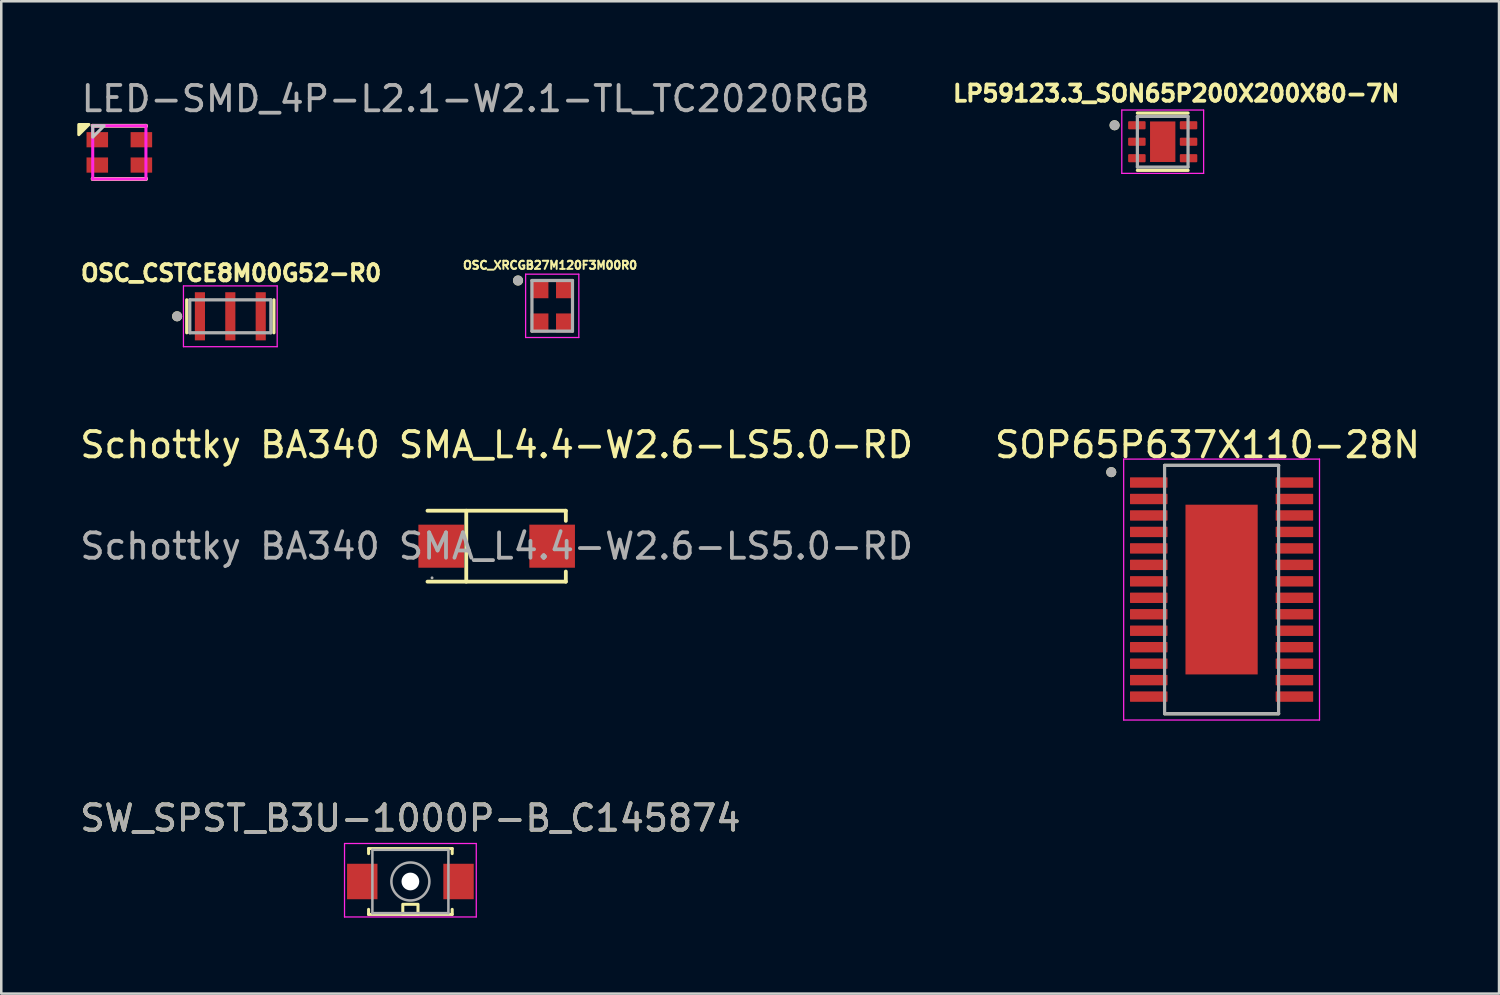
<source format=kicad_pcb>
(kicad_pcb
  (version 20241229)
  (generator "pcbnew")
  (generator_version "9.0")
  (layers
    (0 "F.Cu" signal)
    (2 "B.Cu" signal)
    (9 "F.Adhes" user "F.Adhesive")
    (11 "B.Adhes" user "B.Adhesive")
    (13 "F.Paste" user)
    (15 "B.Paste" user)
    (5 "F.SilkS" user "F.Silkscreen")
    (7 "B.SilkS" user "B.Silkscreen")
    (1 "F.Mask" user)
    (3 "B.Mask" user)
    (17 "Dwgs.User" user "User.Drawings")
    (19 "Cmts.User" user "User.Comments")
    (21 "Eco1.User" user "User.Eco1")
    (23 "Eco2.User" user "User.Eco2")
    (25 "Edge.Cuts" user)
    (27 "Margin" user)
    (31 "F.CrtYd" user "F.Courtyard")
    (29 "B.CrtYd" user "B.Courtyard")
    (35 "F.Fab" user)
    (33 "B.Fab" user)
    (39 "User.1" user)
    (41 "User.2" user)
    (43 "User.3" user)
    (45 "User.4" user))
  (footprint "OSC_CSTCE8M00G52-R0"
    (layer "F.Cu")
    (at 6.041 9.435)
    (property "Reference" "OSC_CSTCE8M00G52-R0" (at 0.032 -1.706 0) (layer "F.SilkS") (effects (font (size 0.64 0.64) (thickness 0.15))))
    (attr through_hole)
    (fp_line (start -1.72 0.65) (end -1.72 -0.65) (stroke (width 0.127) (type solid)) (layer "F.SilkS"))
    (fp_line (start 1.72 0.65) (end 1.72 -0.65) (stroke (width 0.127) (type solid)) (layer "F.SilkS"))
    (fp_circle (center -2.1 0) (end -2 0) (stroke (width 0.2) (type solid)) (fill no) (layer "F.SilkS"))
    (fp_line (start -1.85 -1.2) (end 1.85 -1.2) (stroke (width 0.05) (type solid)) (layer "F.CrtYd"))
    (fp_line (start -1.85 1.2) (end -1.85 -1.2) (stroke (width 0.05) (type solid)) (layer "F.CrtYd"))
    (fp_line (start 1.85 -1.2) (end 1.85 1.2) (stroke (width 0.05) (type solid)) (layer "F.CrtYd"))
    (fp_line (start 1.85 1.2) (end -1.85 1.2) (stroke (width 0.05) (type solid)) (layer "F.CrtYd"))
    (fp_line (start -1.6 -0.65) (end 1.6 -0.65) (stroke (width 0.127) (type solid)) (layer "F.Fab"))
    (fp_line (start -1.6 0.65) (end -1.6 -0.65) (stroke (width 0.127) (type solid)) (layer "F.Fab"))
    (fp_line (start 1.6 -0.65) (end 1.6 0.65) (stroke (width 0.127) (type solid)) (layer "F.Fab"))
    (fp_line (start 1.6 0.65) (end -1.6 0.65) (stroke (width 0.127) (type solid)) (layer "F.Fab"))
    (fp_circle (center -2.1 0) (end -2 0) (stroke (width 0.2) (type solid)) (fill no) (layer "F.Fab"))
    (pad "1" smd rect (at -1.2 0) (size 0.4 1.9) (layers "F.Cu" "F.Mask" "F.Paste"))
    (pad "2" smd rect (at 0 0) (size 0.4 1.9) (layers "F.Cu" "F.Mask" "F.Paste"))
    (pad "3" smd rect (at 1.2 0) (size 0.4 1.9) (layers "F.Cu" "F.Mask" "F.Paste")))
  (footprint "LED-SMD_4P-L2.1-W2.1-TL_TC2020RGB"
    (layer "F.Cu")
    (at 1.66 2.965)
    (property "Reference" "LED-SMD_4P-L2.1-W2.1-TL_TC2020RGB" (at -1.583 -2.117 0) (layer "F.Fab") (effects (font (size 1 1) (thickness 0.15)) (justify left)))
    (attr through_hole)
    (fp_line (start -1.05 -1.05) (end 1.05 -1.05) (stroke (width 0.152) (type solid)) (layer "F.SilkS"))
    (fp_line (start -1.05 -1.031) (end -1.05 -1.05) (stroke (width 0.152) (type solid)) (layer "F.SilkS"))
    (fp_line (start -1.05 1.05) (end -1.05 1.031) (stroke (width 0.152) (type solid)) (layer "F.SilkS"))
    (fp_line (start 1.05 -1.05) (end 1.05 -1.031) (stroke (width 0.152) (type solid)) (layer "F.SilkS"))
    (fp_line (start 1.05 1.031) (end 1.05 1.05) (stroke (width 0.152) (type solid)) (layer "F.SilkS"))
    (fp_line (start 1.05 1.05) (end -1.05 1.05) (stroke (width 0.152) (type solid)) (layer "F.SilkS"))
    (fp_poly (pts (xy -1.2 -1.1) (xy -1.6 -1.1) (xy -1.6 -0.7)) (stroke (width 0.12) (type solid)) (fill yes) (layer "F.SilkS"))
    (fp_poly (pts (xy -1.05 -1.05) (xy -0.6 -1.05) (xy -1.05 -0.6)) (stroke (width 0.12) (type solid)) (fill no) (layer "Dwgs.User"))
    (fp_circle (center -1.05 -1.05) (end -1.02 -1.05) (stroke (width 0.06) (type solid)) (fill no) (layer "Eco2.User"))
    (fp_poly (pts (xy -1.05 -0.75) (xy -0.48 -0.75) (xy -0.48 -0.25) (xy -1.05 -0.25)) (stroke (width 0.12) (type solid)) (fill no) (layer "Eco2.User"))
    (fp_poly (pts (xy -1.05 0.25) (xy -0.48 0.25) (xy -0.48 0.75) (xy -1.05 0.75)) (stroke (width 0.12) (type solid)) (fill no) (layer "Eco2.User"))
    (fp_poly (pts (xy 0.48 -0.75) (xy 1.05 -0.75) (xy 1.05 -0.25) (xy 0.48 -0.25)) (stroke (width 0.12) (type solid)) (fill no) (layer "Eco2.User"))
    (fp_poly (pts (xy 0.48 0.25) (xy 1.05 0.25) (xy 1.05 0.75) (xy 0.48 0.75)) (stroke (width 0.12) (type solid)) (fill no) (layer "Eco2.User"))
    (fp_line (start -1.05 -1.05) (end 1.05 -1.05) (stroke (width 0.12) (type solid)) (layer "F.CrtYd"))
    (fp_line (start -1.05 1.05) (end -1.05 -1.05) (stroke (width 0.12) (type solid)) (layer "F.CrtYd"))
    (fp_line (start 1.05 -1.05) (end 1.05 1.05) (stroke (width 0.12) (type solid)) (layer "F.CrtYd"))
    (fp_line (start 1.05 1.05) (end -1.05 1.05) (stroke (width 0.12) (type solid)) (layer "F.CrtYd"))
    (pad "1" smd rect (at -0.87 -0.5) (size 0.85 0.6) (layers "F.Cu" "F.Mask" "F.Paste"))
    (pad "2" smd rect (at -0.87 0.5) (size 0.85 0.6) (layers "F.Cu" "F.Mask" "F.Paste"))
    (pad "3" smd rect (at 0.87 0.5) (size 0.85 0.6) (layers "F.Cu" "F.Mask" "F.Paste"))
    (pad "4" smd rect (at 0.87 -0.5) (size 0.85 0.6) (layers "F.Cu" "F.Mask" "F.Paste")))
  (footprint "LP59123.3_SON65P200X200X80-7N"
    (layer "F.Cu")
    (at 42.844 2.544)
    (property "Reference" "LP59123.3_SON65P200X200X80-7N" (at 0.532 -1.906 0) (layer "F.SilkS") (effects (font (size 0.64 0.64) (thickness 0.15))))
    (attr smd)
    (fp_line (start -1 -1.13) (end 1 -1.13) (stroke (width 0.127) (type solid)) (layer "F.SilkS"))
    (fp_line (start -1 1.13) (end 1 1.13) (stroke (width 0.127) (type solid)) (layer "F.SilkS"))
    (fp_circle (center -1.9 -0.65) (end -1.8 -0.65) (stroke (width 0.2) (type solid)) (fill no) (layer "F.SilkS"))
    (fp_poly (pts (xy -0.316 -0.506) (xy 0.316 -0.506) (xy 0.316 0.506) (xy -0.316 0.506)) (stroke (width 0.01) (type solid)) (fill yes) (layer "F.Paste"))
    (fp_line (start -1.615 -1.25) (end -1.615 1.25) (stroke (width 0.05) (type solid)) (layer "F.CrtYd"))
    (fp_line (start -1.615 -1.25) (end 1.615 -1.25) (stroke (width 0.05) (type solid)) (layer "F.CrtYd"))
    (fp_line (start -1.615 1.25) (end 1.615 1.25) (stroke (width 0.05) (type solid)) (layer "F.CrtYd"))
    (fp_line (start 1.615 -1.25) (end 1.615 1.25) (stroke (width 0.05) (type solid)) (layer "F.CrtYd"))
    (fp_line (start -1 -1) (end -1 1) (stroke (width 0.127) (type solid)) (layer "F.Fab"))
    (fp_line (start -1 -1) (end 1 -1) (stroke (width 0.127) (type solid)) (layer "F.Fab"))
    (fp_line (start -1 1) (end 1 1) (stroke (width 0.127) (type solid)) (layer "F.Fab"))
    (fp_line (start 1 -1) (end 1 1) (stroke (width 0.127) (type solid)) (layer "F.Fab"))
    (fp_circle (center -1.9 -0.65) (end -1.8 -0.65) (stroke (width 0.2) (type solid)) (fill no) (layer "F.Fab"))
    (pad "1" smd roundrect (at -1.02 -0.65) (size 0.69 0.32) (layers "F.Cu" "F.Mask" "F.Paste") (roundrect_rratio 0.125))
    (pad "2" smd roundrect (at -1.02 0) (size 0.69 0.32) (layers "F.Cu" "F.Mask" "F.Paste") (roundrect_rratio 0.125))
    (pad "3" smd roundrect (at -1.02 0.65) (size 0.69 0.32) (layers "F.Cu" "F.Mask" "F.Paste") (roundrect_rratio 0.125))
    (pad "4" smd roundrect (at 1.02 0.65) (size 0.69 0.32) (layers "F.Cu" "F.Mask" "F.Paste") (roundrect_rratio 0.125))
    (pad "5" smd roundrect (at 1.02 0) (size 0.69 0.32) (layers "F.Cu" "F.Mask" "F.Paste") (roundrect_rratio 0.125))
    (pad "6" smd roundrect (at 1.02 -0.65) (size 0.69 0.32) (layers "F.Cu" "F.Mask" "F.Paste") (roundrect_rratio 0.125))
    (pad "7" smd rect (at 0 0) (size 1 1.6) (layers "F.Cu" "F.Mask")))
  (footprint "Schottky BA340 SMA_L4.4-W2.6-LS5.0-RD"
    (layer "F.Cu")
    (at 16.554 18.509)
    (property "Reference" "Schottky BA340 SMA_L4.4-W2.6-LS5.0-RD" (at 0 -4 0) (layer "F.SilkS") (effects (font (size 1 1) (thickness 0.15))))
    (attr smd)
    (fp_line (start -2.73 -1.4) (end 2.73 -1.4) (stroke (width 0.15) (type solid)) (layer "F.SilkS"))
    (fp_line (start -2.73 1.4) (end 2.73 1.4) (stroke (width 0.15) (type solid)) (layer "F.SilkS"))
    (fp_line (start -1.2 -1.4) (end -1.2 1.4) (stroke (width 0.15) (type solid)) (layer "F.SilkS"))
    (fp_line (start 2.73 -1.4) (end 2.73 -1) (stroke (width 0.15) (type solid)) (layer "F.SilkS"))
    (fp_line (start 2.73 1.4) (end 2.73 1) (stroke (width 0.15) (type solid)) (layer "F.SilkS"))
    (fp_circle (center -2.55 1.25) (end -2.52 1.25) (stroke (width 0.06) (type solid)) (fill no) (layer "F.Fab"))
    (fp_text user "${REFERENCE}" (at 0 0 0) (layer "F.Fab") (effects (font (size 1 1) (thickness 0.15))))
    (pad "1" smd rect (at -2.19 0) (size 1.8 1.7) (layers "F.Cu" "F.Mask" "F.Paste"))
    (pad "2" smd rect (at 2.19 0) (size 1.8 1.7) (layers "F.Cu" "F.Mask" "F.Paste")))
  (footprint "OSC_XRCGB27M120F3M00R0"
    (layer "F.Cu")
    (at 18.747 9.022)
    (property "Reference" "OSC_XRCGB27M120F3M00R0" (at -0.084 -1.603 0) (layer "F.SilkS") (effects (font (size 0.32 0.32) (thickness 0.08))))
    (attr through_hole)
    (fp_circle (center -1.35 -1) (end -1.25 -1) (stroke (width 0.2) (type solid)) (fill no) (layer "F.SilkS"))
    (fp_line (start -1.05 -1.25) (end 1.05 -1.25) (stroke (width 0.05) (type solid)) (layer "F.CrtYd"))
    (fp_line (start -1.05 1.25) (end -1.05 -1.25) (stroke (width 0.05) (type solid)) (layer "F.CrtYd"))
    (fp_line (start 1.05 -1.25) (end 1.05 1.25) (stroke (width 0.05) (type solid)) (layer "F.CrtYd"))
    (fp_line (start 1.05 1.25) (end -1.05 1.25) (stroke (width 0.05) (type solid)) (layer "F.CrtYd"))
    (fp_line (start -0.8 -1) (end 0.8 -1) (stroke (width 0.127) (type solid)) (layer "F.Fab"))
    (fp_line (start -0.8 1) (end -0.8 -1) (stroke (width 0.127) (type solid)) (layer "F.Fab"))
    (fp_line (start 0.8 -1) (end 0.8 1) (stroke (width 0.127) (type solid)) (layer "F.Fab"))
    (fp_line (start 0.8 1) (end -0.8 1) (stroke (width 0.127) (type solid)) (layer "F.Fab"))
    (fp_circle (center -1.35 -1) (end -1.25 -1) (stroke (width 0.2) (type solid)) (fill no) (layer "F.Fab"))
    (pad "1" smd rect (at -0.5 -0.675) (size 0.7 0.75) (layers "F.Cu" "F.Mask" "F.Paste"))
    (pad "2" smd rect (at -0.5 0.675) (size 0.7 0.75) (layers "F.Cu" "F.Mask" "F.Paste"))
    (pad "3" smd rect (at 0.5 0.675) (size 0.7 0.75) (layers "F.Cu" "F.Mask" "F.Paste"))
    (pad "4" smd rect (at 0.5 -0.675) (size 0.7 0.75) (layers "F.Cu" "F.Mask" "F.Paste")))
  (footprint "SW_SPST_B3U-1000P-B_C145874"
    (layer "F.Cu")
    (at 13.149 31.744)
    (property "Reference" "SW_SPST_B3U-1000P-B_C145874" (at 0 -2.5 0) (layer "F.SilkS") (effects (font (size 1 1) (thickness 0.15))))
    (attr smd)
    (fp_line (start -1.65 -1.3) (end 1.65 -1.3) (stroke (width 0.12) (type solid)) (layer "F.SilkS"))
    (fp_line (start -1.65 -1.1) (end -1.65 -1.3) (stroke (width 0.12) (type solid)) (layer "F.SilkS"))
    (fp_line (start -1.65 1.1) (end -1.65 1.3) (stroke (width 0.12) (type solid)) (layer "F.SilkS"))
    (fp_line (start -1.65 1.3) (end 1.65 1.3) (stroke (width 0.12) (type solid)) (layer "F.SilkS"))
    (fp_line (start 1.65 -1.3) (end 1.65 -1.1) (stroke (width 0.12) (type solid)) (layer "F.SilkS"))
    (fp_line (start 1.65 1.3) (end 1.65 1.1) (stroke (width 0.12) (type solid)) (layer "F.SilkS"))
    (fp_rect (start -0.3 0.9) (end 0.3 1.3) (stroke (width 0.12) (type default)) (fill no) (layer "F.SilkS"))
    (fp_line (start -2.6 -1.5) (end -2.6 1.4) (stroke (width 0.05) (type solid)) (layer "F.CrtYd"))
    (fp_line (start -2.6 1.4) (end 2.6 1.4) (stroke (width 0.05) (type solid)) (layer "F.CrtYd"))
    (fp_line (start 2.6 -1.5) (end -2.6 -1.5) (stroke (width 0.05) (type solid)) (layer "F.CrtYd"))
    (fp_line (start 2.6 1.4) (end 2.6 -1.5) (stroke (width 0.05) (type solid)) (layer "F.CrtYd"))
    (fp_line (start -1.5 -1.25) (end 1.5 -1.25) (stroke (width 0.1) (type solid)) (layer "F.Fab"))
    (fp_line (start -1.5 1.25) (end -1.5 -1.25) (stroke (width 0.1) (type solid)) (layer "F.Fab"))
    (fp_line (start 1.5 -1.25) (end 1.5 1.25) (stroke (width 0.1) (type solid)) (layer "F.Fab"))
    (fp_line (start 1.5 1.25) (end -1.5 1.25) (stroke (width 0.1) (type solid)) (layer "F.Fab"))
    (fp_circle (center 0 0) (end 0.75 0) (stroke (width 0.1) (type solid)) (fill no) (layer "F.Fab"))
    (fp_text user "${REFERENCE}" (at 0 -2.5 0) (layer "F.Fab") (effects (font (size 1 1) (thickness 0.15))))
    (pad "" np_thru_hole circle (at 0 0) (size 0.7 0.7) (drill 0.7) (layers "*.Cu" "*.Mask"))
    (pad "1" smd rect (at -1.9 0) (size 1.2 1.4) (layers "F.Cu" "F.Mask" "F.Paste"))
    (pad "2" smd rect (at 1.9 0) (size 1.2 1.4) (layers "F.Cu" "F.Mask" "F.Paste")))
  (footprint "SOP65P637X110-28N"
    (layer "F.Cu")
    (at 45.168 20.221)
    (property "Reference" "SOP65P637X110-28N" (at -0.555 -5.712 0) (layer "F.SilkS") (effects (font (size 1 1) (thickness 0.15))))
    (attr through_hole)
    (fp_line (start -2.25 -4.9) (end 2.25 -4.9) (stroke (width 0.127) (type solid)) (layer "F.SilkS"))
    (fp_line (start -2.25 4.9) (end 2.25 4.9) (stroke (width 0.127) (type solid)) (layer "F.SilkS"))
    (fp_circle (center -4.355 -4.635) (end -4.255 -4.635) (stroke (width 0.2) (type solid)) (fill no) (layer "F.SilkS"))
    (fp_poly (pts (xy -0.713 -1.675) (xy 0.713 -1.675) (xy 0.713 1.675) (xy -0.713 1.675)) (stroke (width 0.01) (type solid)) (fill yes) (layer "F.Paste"))
    (fp_line (start -3.865 -5.15) (end -3.865 5.15) (stroke (width 0.05) (type solid)) (layer "F.CrtYd"))
    (fp_line (start -3.865 -5.15) (end 3.865 -5.15) (stroke (width 0.05) (type solid)) (layer "F.CrtYd"))
    (fp_line (start -3.865 5.15) (end 3.865 5.15) (stroke (width 0.05) (type solid)) (layer "F.CrtYd"))
    (fp_line (start 3.865 -5.15) (end 3.865 5.15) (stroke (width 0.05) (type solid)) (layer "F.CrtYd"))
    (fp_line (start -2.25 -4.9) (end -2.25 4.9) (stroke (width 0.127) (type solid)) (layer "F.Fab"))
    (fp_line (start -2.25 -4.9) (end 2.25 -4.9) (stroke (width 0.127) (type solid)) (layer "F.Fab"))
    (fp_line (start -2.25 4.9) (end 2.25 4.9) (stroke (width 0.127) (type solid)) (layer "F.Fab"))
    (fp_line (start 2.25 -4.9) (end 2.25 4.9) (stroke (width 0.127) (type solid)) (layer "F.Fab"))
    (fp_circle (center -4.355 -4.635) (end -4.255 -4.635) (stroke (width 0.2) (type solid)) (fill no) (layer "F.Fab"))
    (pad "1" smd roundrect (at -2.875 -4.225) (size 1.48 0.41) (layers "F.Cu" "F.Mask" "F.Paste") (roundrect_rratio 0.05))
    (pad "2" smd roundrect (at -2.875 -3.575) (size 1.48 0.41) (layers "F.Cu" "F.Mask" "F.Paste") (roundrect_rratio 0.05))
    (pad "3" smd roundrect (at -2.875 -2.925) (size 1.48 0.41) (layers "F.Cu" "F.Mask" "F.Paste") (roundrect_rratio 0.05))
    (pad "4" smd roundrect (at -2.875 -2.275) (size 1.48 0.41) (layers "F.Cu" "F.Mask" "F.Paste") (roundrect_rratio 0.05))
    (pad "5" smd roundrect (at -2.875 -1.625) (size 1.48 0.41) (layers "F.Cu" "F.Mask" "F.Paste") (roundrect_rratio 0.05))
    (pad "6" smd roundrect (at -2.875 -0.975) (size 1.48 0.41) (layers "F.Cu" "F.Mask" "F.Paste") (roundrect_rratio 0.05))
    (pad "7" smd roundrect (at -2.875 -0.325) (size 1.48 0.41) (layers "F.Cu" "F.Mask" "F.Paste") (roundrect_rratio 0.05))
    (pad "8" smd roundrect (at -2.875 0.325) (size 1.48 0.41) (layers "F.Cu" "F.Mask" "F.Paste") (roundrect_rratio 0.05))
    (pad "9" smd roundrect (at -2.875 0.975) (size 1.48 0.41) (layers "F.Cu" "F.Mask" "F.Paste") (roundrect_rratio 0.05))
    (pad "10" smd roundrect (at -2.875 1.625) (size 1.48 0.41) (layers "F.Cu" "F.Mask" "F.Paste") (roundrect_rratio 0.05))
    (pad "11" smd roundrect (at -2.875 2.275) (size 1.48 0.41) (layers "F.Cu" "F.Mask" "F.Paste") (roundrect_rratio 0.05))
    (pad "12" smd roundrect (at -2.875 2.925) (size 1.48 0.41) (layers "F.Cu" "F.Mask" "F.Paste") (roundrect_rratio 0.05))
    (pad "13" smd roundrect (at -2.875 3.575) (size 1.48 0.41) (layers "F.Cu" "F.Mask" "F.Paste") (roundrect_rratio 0.05))
    (pad "14" smd roundrect (at -2.875 4.225) (size 1.48 0.41) (layers "F.Cu" "F.Mask" "F.Paste") (roundrect_rratio 0.05))
    (pad "15" smd roundrect (at 2.875 4.225) (size 1.48 0.41) (layers "F.Cu" "F.Mask" "F.Paste") (roundrect_rratio 0.05))
    (pad "16" smd roundrect (at 2.875 3.575) (size 1.48 0.41) (layers "F.Cu" "F.Mask" "F.Paste") (roundrect_rratio 0.05))
    (pad "17" smd roundrect (at 2.875 2.925) (size 1.48 0.41) (layers "F.Cu" "F.Mask" "F.Paste") (roundrect_rratio 0.05))
    (pad "18" smd roundrect (at 2.875 2.275) (size 1.48 0.41) (layers "F.Cu" "F.Mask" "F.Paste") (roundrect_rratio 0.05))
    (pad "19" smd roundrect (at 2.875 1.625) (size 1.48 0.41) (layers "F.Cu" "F.Mask" "F.Paste") (roundrect_rratio 0.05))
    (pad "20" smd roundrect (at 2.875 0.975) (size 1.48 0.41) (layers "F.Cu" "F.Mask" "F.Paste") (roundrect_rratio 0.05))
    (pad "21" smd roundrect (at 2.875 0.325) (size 1.48 0.41) (layers "F.Cu" "F.Mask" "F.Paste") (roundrect_rratio 0.05))
    (pad "22" smd roundrect (at 2.875 -0.325) (size 1.48 0.41) (layers "F.Cu" "F.Mask" "F.Paste") (roundrect_rratio 0.05))
    (pad "23" smd roundrect (at 2.875 -0.975) (size 1.48 0.41) (layers "F.Cu" "F.Mask" "F.Paste") (roundrect_rratio 0.05))
    (pad "24" smd roundrect (at 2.875 -1.625) (size 1.48 0.41) (layers "F.Cu" "F.Mask" "F.Paste") (roundrect_rratio 0.05))
    (pad "25" smd roundrect (at 2.875 -2.275) (size 1.48 0.41) (layers "F.Cu" "F.Mask" "F.Paste") (roundrect_rratio 0.05))
    (pad "26" smd roundrect (at 2.875 -2.925) (size 1.48 0.41) (layers "F.Cu" "F.Mask" "F.Paste") (roundrect_rratio 0.05))
    (pad "27" smd roundrect (at 2.875 -3.575) (size 1.48 0.41) (layers "F.Cu" "F.Mask" "F.Paste") (roundrect_rratio 0.05))
    (pad "28" smd roundrect (at 2.875 -4.225) (size 1.48 0.41) (layers "F.Cu" "F.Mask" "F.Paste") (roundrect_rratio 0.05))
    (pad "29" smd rect (at 0 0) (size 2.85 6.7) (layers "F.Cu" "F.Mask")))
  (gr_rect
    (start -3 -3)
    (end 56.119 36.169)
    (stroke (width 0.1) (type default))
    (fill no)
    (layer "Edge.Cuts")))
</source>
